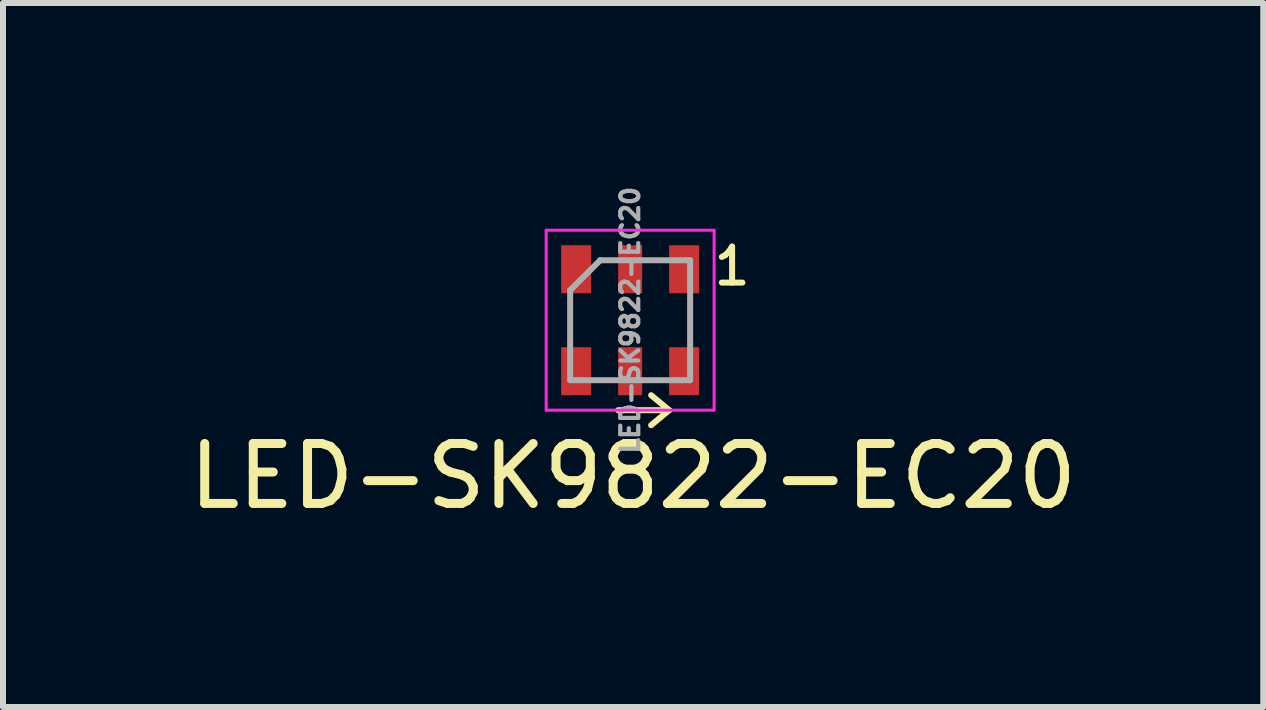
<source format=kicad_pcb>
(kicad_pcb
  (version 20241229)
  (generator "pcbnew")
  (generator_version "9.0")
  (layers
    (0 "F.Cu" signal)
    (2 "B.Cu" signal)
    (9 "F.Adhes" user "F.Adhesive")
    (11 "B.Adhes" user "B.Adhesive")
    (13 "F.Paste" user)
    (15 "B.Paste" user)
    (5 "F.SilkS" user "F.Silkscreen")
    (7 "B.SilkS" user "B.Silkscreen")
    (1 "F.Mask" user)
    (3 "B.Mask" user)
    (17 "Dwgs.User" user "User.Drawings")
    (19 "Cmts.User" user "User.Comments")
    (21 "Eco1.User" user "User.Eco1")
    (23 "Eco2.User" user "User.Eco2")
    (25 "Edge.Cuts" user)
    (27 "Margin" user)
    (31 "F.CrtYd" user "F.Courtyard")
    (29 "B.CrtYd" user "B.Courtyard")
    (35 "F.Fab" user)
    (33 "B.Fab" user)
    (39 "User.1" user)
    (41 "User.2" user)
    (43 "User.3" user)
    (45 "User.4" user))
  (footprint "LED-SK9822-EC20"
    (layer "F.Cu")
    (at 7.556 2.189)
    (property "Reference" "LED-SK9822-EC20" (at -0.05 2.7 0) (layer "F.SilkS") (effects (font (size 1 1) (thickness 0.15))))
    (attr smd)
    (fp_line (start -0.3 1.6) (end 0.55 1.6) (stroke (width 0.1) (type solid)) (layer "F.SilkS"))
    (fp_line (start 0.25 1.35) (end 0.55 1.6) (stroke (width 0.1) (type solid)) (layer "F.SilkS"))
    (fp_line (start 0.25 1.85) (end 0.55 1.6) (stroke (width 0.1) (type solid)) (layer "F.SilkS"))
    (fp_line (start -1.5 1.6) (end -1.5 -1.4) (stroke (width 0.05) (type solid)) (layer "F.CrtYd"))
    (fp_line (start 1.3 -1.4) (end -1.5 -1.4) (stroke (width 0.05) (type solid)) (layer "F.CrtYd"))
    (fp_line (start 1.3 -1.4) (end 1.3 1.6) (stroke (width 0.05) (type solid)) (layer "F.CrtYd"))
    (fp_line (start 1.3 1.6) (end -1.5 1.6) (stroke (width 0.05) (type solid)) (layer "F.CrtYd"))
    (fp_line (start -1.1 1.1) (end -1.1 -0.4) (stroke (width 0.1) (type solid)) (layer "F.Fab"))
    (fp_line (start -0.6 -0.9) (end -1.1 -0.4) (stroke (width 0.1) (type solid)) (layer "F.Fab"))
    (fp_line (start -0.6 -0.9) (end 0.9 -0.9) (stroke (width 0.1) (type solid)) (layer "F.Fab"))
    (fp_line (start 0.9 -0.9) (end 0.9 1.1) (stroke (width 0.1) (type solid)) (layer "F.Fab"))
    (fp_line (start 0.9 1.1) (end -1.1 1.1) (stroke (width 0.1) (type solid)) (layer "F.Fab"))
    (fp_text user "1" (at 1.6 -0.8 180) (layer "F.SilkS") (effects (font (size 0.6 0.6) (thickness 0.1))))
    (fp_text user "${REFERENCE}" (at -0.1 0.1 270) (layer "F.Fab") (effects (font (size 0.3 0.3) (thickness 0.07))))
    (pad "1" smd rect (at 0.8 -0.75 270) (size 0.8 0.5) (layers "F.Cu" "F.Mask" "F.Paste"))
    (pad "2" smd rect (at -0.1 -0.75 270) (size 0.8 0.4) (layers "F.Cu" "F.Mask" "F.Paste"))
    (pad "3" smd rect (at -1 -0.75 270) (size 0.8 0.5) (layers "F.Cu" "F.Mask" "F.Paste"))
    (pad "4" smd rect (at -1 0.95 270) (size 0.8 0.5) (layers "F.Cu" "F.Mask" "F.Paste"))
    (pad "5" smd rect (at -0.1 0.95 270) (size 0.8 0.4) (layers "F.Cu" "F.Mask" "F.Paste"))
    (pad "6" smd rect (at 0.8 0.95 270) (size 0.8 0.5) (layers "F.Cu" "F.Mask" "F.Paste")))
  (gr_rect
    (start -3 -3)
    (end 18.012 8.738)
    (stroke (width 0.1) (type default))
    (fill no)
    (layer "Edge.Cuts")))
</source>
